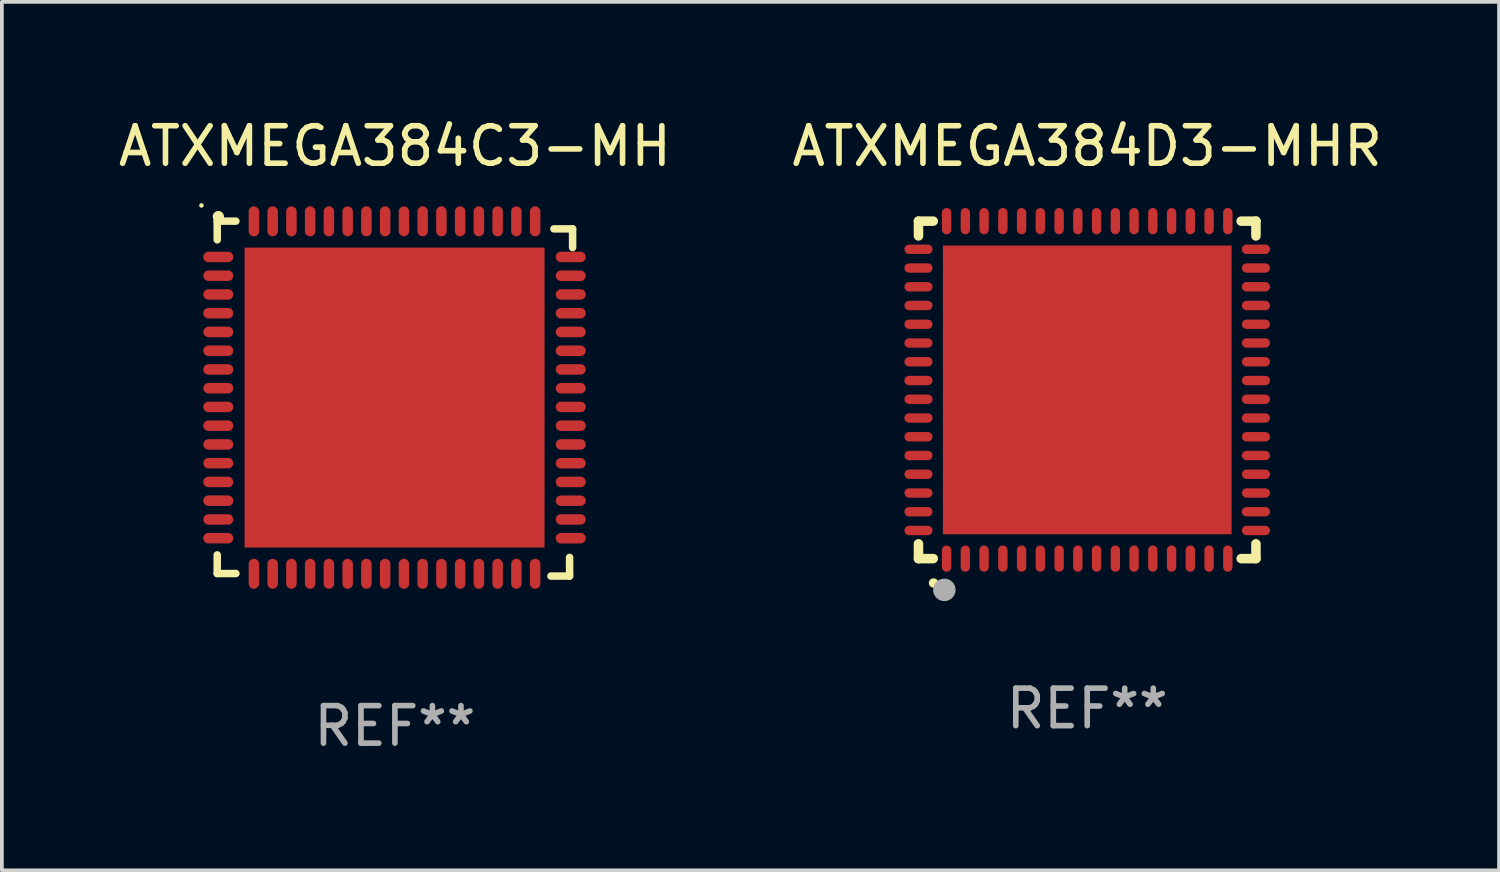
<source format=kicad_pcb>
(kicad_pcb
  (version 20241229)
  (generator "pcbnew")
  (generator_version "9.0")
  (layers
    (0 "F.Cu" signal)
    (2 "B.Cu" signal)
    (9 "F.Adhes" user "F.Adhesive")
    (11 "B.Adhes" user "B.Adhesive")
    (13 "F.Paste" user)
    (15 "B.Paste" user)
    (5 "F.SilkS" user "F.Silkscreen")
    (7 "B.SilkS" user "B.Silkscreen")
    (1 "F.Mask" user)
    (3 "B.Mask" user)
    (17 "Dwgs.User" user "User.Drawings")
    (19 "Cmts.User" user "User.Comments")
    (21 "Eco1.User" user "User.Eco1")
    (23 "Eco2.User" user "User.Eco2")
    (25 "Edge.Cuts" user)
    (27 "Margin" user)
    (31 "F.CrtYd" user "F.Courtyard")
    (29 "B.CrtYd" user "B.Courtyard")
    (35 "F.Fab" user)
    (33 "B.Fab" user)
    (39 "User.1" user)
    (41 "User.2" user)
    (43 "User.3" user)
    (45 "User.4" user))
  (footprint "ATXMEGA384C3-MH"
    (layer "F.Cu")
    (at 7.482 7.581)
    (property "Reference" "ATXMEGA384C3-MH" (at 0 -6.733 0) (layer "F.SilkS") (effects (font (size 1 1) (thickness 0.15))))
    (attr through_hole)
    (fp_line (start -4.739 -4.733) (end -4.241 -4.733) (stroke (width 0.2) (type solid)) (layer "F.SilkS"))
    (fp_line (start -4.739 -4.235) (end -4.739 -4.733) (stroke (width 0.2) (type solid)) (layer "F.SilkS"))
    (fp_line (start -4.739 4.168) (end -4.739 4.665) (stroke (width 0.2) (type solid)) (layer "F.SilkS"))
    (fp_line (start -4.739 4.665) (end -4.241 4.665) (stroke (width 0.2) (type solid)) (layer "F.SilkS"))
    (fp_line (start 4.161 4.733) (end 4.659 4.733) (stroke (width 0.2) (type solid)) (layer "F.SilkS"))
    (fp_line (start 4.241 -4.527) (end 4.739 -4.527) (stroke (width 0.2) (type solid)) (layer "F.SilkS"))
    (fp_line (start 4.659 4.733) (end 4.659 4.235) (stroke (width 0.2) (type solid)) (layer "F.SilkS"))
    (fp_line (start 4.739 -4.527) (end 4.739 -4.029) (stroke (width 0.2) (type solid)) (layer "F.SilkS"))
    (fp_arc (start -4.708623 -4.85108) (mid -4.708628 -4.85235) (end -4.708623 -4.85362) (stroke (width 0.3) (type solid)) (layer "F.SilkS"))
    (fp_circle (center -5.159 -5.152) (end -5.129 -5.152) (stroke (width 0.06) (type solid)) (fill no) (layer "F.SilkS"))
    (fp_text user "REF**" (at 0 8.733 0) (layer "F.Fab") (effects (font (size 1 1) (thickness 0.15))))
    (pad "1" smd oval (at -4.71 -3.778 90) (size 0.28 0.8) (layers "F.Cu" "F.Mask" "F.Paste"))
    (pad "2" smd oval (at -4.71 -3.278 90) (size 0.28 0.8) (layers "F.Cu" "F.Mask" "F.Paste"))
    (pad "3" smd oval (at -4.71 -2.778 90) (size 0.28 0.8) (layers "F.Cu" "F.Mask" "F.Paste"))
    (pad "4" smd oval (at -4.71 -2.278 90) (size 0.28 0.8) (layers "F.Cu" "F.Mask" "F.Paste"))
    (pad "5" smd oval (at -4.71 -1.778 90) (size 0.28 0.8) (layers "F.Cu" "F.Mask" "F.Paste"))
    (pad "6" smd oval (at -4.71 -1.278 90) (size 0.28 0.8) (layers "F.Cu" "F.Mask" "F.Paste"))
    (pad "7" smd oval (at -4.71 -0.778 90) (size 0.28 0.8) (layers "F.Cu" "F.Mask" "F.Paste"))
    (pad "8" smd oval (at -4.71 -0.278 90) (size 0.28 0.8) (layers "F.Cu" "F.Mask" "F.Paste"))
    (pad "9" smd oval (at -4.71 0.222 90) (size 0.28 0.8) (layers "F.Cu" "F.Mask" "F.Paste"))
    (pad "10" smd oval (at -4.71 0.722 90) (size 0.28 0.8) (layers "F.Cu" "F.Mask" "F.Paste"))
    (pad "11" smd oval (at -4.71 1.222 90) (size 0.28 0.8) (layers "F.Cu" "F.Mask" "F.Paste"))
    (pad "12" smd oval (at -4.71 1.722 90) (size 0.28 0.8) (layers "F.Cu" "F.Mask" "F.Paste"))
    (pad "13" smd oval (at -4.71 2.222 90) (size 0.28 0.8) (layers "F.Cu" "F.Mask" "F.Paste"))
    (pad "14" smd oval (at -4.71 2.722 90) (size 0.28 0.8) (layers "F.Cu" "F.Mask" "F.Paste"))
    (pad "15" smd oval (at -4.71 3.222 90) (size 0.28 0.8) (layers "F.Cu" "F.Mask" "F.Paste"))
    (pad "16" smd oval (at -4.71 3.722 90) (size 0.28 0.8) (layers "F.Cu" "F.Mask" "F.Paste"))
    (pad "17" smd oval (at -3.76 4.672 180) (size 0.28 0.8) (layers "F.Cu" "F.Mask" "F.Paste"))
    (pad "18" smd oval (at -3.26 4.672 180) (size 0.28 0.8) (layers "F.Cu" "F.Mask" "F.Paste"))
    (pad "19" smd oval (at -2.76 4.672 180) (size 0.28 0.8) (layers "F.Cu" "F.Mask" "F.Paste"))
    (pad "20" smd oval (at -2.26 4.672 180) (size 0.28 0.8) (layers "F.Cu" "F.Mask" "F.Paste"))
    (pad "21" smd oval (at -1.76 4.672 180) (size 0.28 0.8) (layers "F.Cu" "F.Mask" "F.Paste"))
    (pad "22" smd oval (at -1.26 4.672 180) (size 0.28 0.8) (layers "F.Cu" "F.Mask" "F.Paste"))
    (pad "23" smd oval (at -0.76 4.672 180) (size 0.28 0.8) (layers "F.Cu" "F.Mask" "F.Paste"))
    (pad "24" smd oval (at -0.26 4.672 180) (size 0.28 0.8) (layers "F.Cu" "F.Mask" "F.Paste"))
    (pad "25" smd oval (at 0.24 4.672 180) (size 0.28 0.8) (layers "F.Cu" "F.Mask" "F.Paste"))
    (pad "26" smd oval (at 0.74 4.672 180) (size 0.28 0.8) (layers "F.Cu" "F.Mask" "F.Paste"))
    (pad "27" smd oval (at 1.24 4.672 180) (size 0.28 0.8) (layers "F.Cu" "F.Mask" "F.Paste"))
    (pad "28" smd oval (at 1.74 4.672 180) (size 0.28 0.8) (layers "F.Cu" "F.Mask" "F.Paste"))
    (pad "29" smd oval (at 2.24 4.672 180) (size 0.28 0.8) (layers "F.Cu" "F.Mask" "F.Paste"))
    (pad "30" smd oval (at 2.74 4.672 180) (size 0.28 0.8) (layers "F.Cu" "F.Mask" "F.Paste"))
    (pad "31" smd oval (at 3.24 4.672 180) (size 0.28 0.8) (layers "F.Cu" "F.Mask" "F.Paste"))
    (pad "32" smd oval (at 3.74 4.672 180) (size 0.28 0.8) (layers "F.Cu" "F.Mask" "F.Paste"))
    (pad "33" smd oval (at 4.69 3.723 270) (size 0.28 0.8) (layers "F.Cu" "F.Mask" "F.Paste"))
    (pad "34" smd oval (at 4.69 3.222 270) (size 0.28 0.8) (layers "F.Cu" "F.Mask" "F.Paste"))
    (pad "35" smd oval (at 4.69 2.723 270) (size 0.28 0.8) (layers "F.Cu" "F.Mask" "F.Paste"))
    (pad "36" smd oval (at 4.69 2.222 270) (size 0.28 0.8) (layers "F.Cu" "F.Mask" "F.Paste"))
    (pad "37" smd oval (at 4.69 1.723 270) (size 0.28 0.8) (layers "F.Cu" "F.Mask" "F.Paste"))
    (pad "38" smd oval (at 4.69 1.222 270) (size 0.28 0.8) (layers "F.Cu" "F.Mask" "F.Paste"))
    (pad "39" smd oval (at 4.69 0.723 270) (size 0.28 0.8) (layers "F.Cu" "F.Mask" "F.Paste"))
    (pad "40" smd oval (at 4.69 0.222 270) (size 0.28 0.8) (layers "F.Cu" "F.Mask" "F.Paste"))
    (pad "41" smd oval (at 4.69 -0.277 270) (size 0.28 0.8) (layers "F.Cu" "F.Mask" "F.Paste"))
    (pad "42" smd oval (at 4.69 -0.778 270) (size 0.28 0.8) (layers "F.Cu" "F.Mask" "F.Paste"))
    (pad "43" smd oval (at 4.69 -1.277 270) (size 0.28 0.8) (layers "F.Cu" "F.Mask" "F.Paste"))
    (pad "44" smd oval (at 4.69 -1.778 270) (size 0.28 0.8) (layers "F.Cu" "F.Mask" "F.Paste"))
    (pad "45" smd oval (at 4.69 -2.277 270) (size 0.28 0.8) (layers "F.Cu" "F.Mask" "F.Paste"))
    (pad "46" smd oval (at 4.69 -2.778 270) (size 0.28 0.8) (layers "F.Cu" "F.Mask" "F.Paste"))
    (pad "47" smd oval (at 4.69 -3.277 270) (size 0.28 0.8) (layers "F.Cu" "F.Mask" "F.Paste"))
    (pad "48" smd oval (at 4.69 -3.778 270) (size 0.28 0.8) (layers "F.Cu" "F.Mask" "F.Paste"))
    (pad "49" smd oval (at 3.74 -4.728) (size 0.28 0.8) (layers "F.Cu" "F.Mask" "F.Paste"))
    (pad "50" smd oval (at 3.24 -4.728) (size 0.28 0.8) (layers "F.Cu" "F.Mask" "F.Paste"))
    (pad "51" smd oval (at 2.74 -4.728) (size 0.28 0.8) (layers "F.Cu" "F.Mask" "F.Paste"))
    (pad "52" smd oval (at 2.24 -4.728) (size 0.28 0.8) (layers "F.Cu" "F.Mask" "F.Paste"))
    (pad "53" smd oval (at 1.74 -4.728) (size 0.28 0.8) (layers "F.Cu" "F.Mask" "F.Paste"))
    (pad "54" smd oval (at 1.24 -4.728) (size 0.28 0.8) (layers "F.Cu" "F.Mask" "F.Paste"))
    (pad "55" smd oval (at 0.74 -4.728) (size 0.28 0.8) (layers "F.Cu" "F.Mask" "F.Paste"))
    (pad "56" smd oval (at 0.24 -4.728) (size 0.28 0.8) (layers "F.Cu" "F.Mask" "F.Paste"))
    (pad "57" smd oval (at -0.26 -4.728) (size 0.28 0.8) (layers "F.Cu" "F.Mask" "F.Paste"))
    (pad "58" smd oval (at -0.76 -4.728) (size 0.28 0.8) (layers "F.Cu" "F.Mask" "F.Paste"))
    (pad "59" smd oval (at -1.26 -4.728) (size 0.28 0.8) (layers "F.Cu" "F.Mask" "F.Paste"))
    (pad "60" smd oval (at -1.76 -4.728) (size 0.28 0.8) (layers "F.Cu" "F.Mask" "F.Paste"))
    (pad "61" smd oval (at -2.26 -4.728) (size 0.28 0.8) (layers "F.Cu" "F.Mask" "F.Paste"))
    (pad "62" smd oval (at -2.76 -4.728) (size 0.28 0.8) (layers "F.Cu" "F.Mask" "F.Paste"))
    (pad "63" smd oval (at -3.26 -4.728) (size 0.28 0.8) (layers "F.Cu" "F.Mask" "F.Paste"))
    (pad "64" smd oval (at -3.76 -4.728) (size 0.28 0.8) (layers "F.Cu" "F.Mask" "F.Paste"))
    (pad "65" smd rect (at -0.009 -0.028 90) (size 8 8) (layers "F.Cu" "F.Mask" "F.Paste")))
  (footprint "ATXMEGA384D3-MHR"
    (layer "F.Cu")
    (at 25.946 7.348)
    (property "Reference" "ATXMEGA384D3-MHR" (at 0 -6.5 0) (layer "F.SilkS") (effects (font (size 1 1) (thickness 0.15))))
    (attr through_hole)
    (fp_line (start -4.5 -4.5) (end -4.106 -4.5) (stroke (width 0.254) (type solid)) (layer "F.SilkS"))
    (fp_line (start -4.5 -4.106) (end -4.5 -4.5) (stroke (width 0.254) (type solid)) (layer "F.SilkS"))
    (fp_line (start -4.5 4.5) (end -4.5 4.106) (stroke (width 0.254) (type solid)) (layer "F.SilkS"))
    (fp_line (start -4.106 4.5) (end -4.5 4.5) (stroke (width 0.254) (type solid)) (layer "F.SilkS"))
    (fp_line (start 4.106 -4.5) (end 4.5 -4.5) (stroke (width 0.254) (type solid)) (layer "F.SilkS"))
    (fp_line (start 4.5 -4.5) (end 4.5 -4.106) (stroke (width 0.254) (type solid)) (layer "F.SilkS"))
    (fp_line (start 4.5 4.106) (end 4.5 4.5) (stroke (width 0.254) (type solid)) (layer "F.SilkS"))
    (fp_line (start 4.5 4.5) (end 4.106 4.5) (stroke (width 0.254) (type solid)) (layer "F.SilkS"))
    (fp_arc (start -4.099987 5.149898) (mid -4.098717 5.149892) (end -4.097447 5.149898) (stroke (width 0.24892) (type solid)) (layer "F.SilkS"))
    (fp_circle (center -4.5 4.5) (end -4.47 4.5) (stroke (width 0.06) (type solid)) (fill no) (layer "F.SilkS"))
    (fp_circle (center -3.81 5.334) (end -3.66 5.334) (stroke (width 0.3) (type solid)) (fill no) (layer "F.Fab"))
    (fp_text user "REF**" (at 0 8.5 0) (layer "F.Fab") (effects (font (size 1 1) (thickness 0.15))))
    (pad "1" smd oval (at -3.75 4.5) (size 0.25 0.7) (layers "F.Cu" "F.Mask" "F.Paste"))
    (pad "2" smd oval (at -3.25 4.5) (size 0.25 0.7) (layers "F.Cu" "F.Mask" "F.Paste"))
    (pad "3" smd oval (at -2.75 4.5) (size 0.25 0.7) (layers "F.Cu" "F.Mask" "F.Paste"))
    (pad "4" smd oval (at -2.25 4.5) (size 0.25 0.7) (layers "F.Cu" "F.Mask" "F.Paste"))
    (pad "5" smd oval (at -1.75 4.5) (size 0.25 0.7) (layers "F.Cu" "F.Mask" "F.Paste"))
    (pad "6" smd oval (at -1.25 4.5) (size 0.25 0.7) (layers "F.Cu" "F.Mask" "F.Paste"))
    (pad "7" smd oval (at -0.75 4.5) (size 0.25 0.7) (layers "F.Cu" "F.Mask" "F.Paste"))
    (pad "8" smd oval (at -0.25 4.5) (size 0.25 0.7) (layers "F.Cu" "F.Mask" "F.Paste"))
    (pad "9" smd oval (at 0.25 4.5) (size 0.25 0.7) (layers "F.Cu" "F.Mask" "F.Paste"))
    (pad "10" smd oval (at 0.75 4.5) (size 0.25 0.7) (layers "F.Cu" "F.Mask" "F.Paste"))
    (pad "11" smd oval (at 1.25 4.5) (size 0.25 0.7) (layers "F.Cu" "F.Mask" "F.Paste"))
    (pad "12" smd oval (at 1.75 4.5) (size 0.25 0.7) (layers "F.Cu" "F.Mask" "F.Paste"))
    (pad "13" smd oval (at 2.25 4.5) (size 0.25 0.7) (layers "F.Cu" "F.Mask" "F.Paste"))
    (pad "14" smd oval (at 2.75 4.5) (size 0.25 0.7) (layers "F.Cu" "F.Mask" "F.Paste"))
    (pad "15" smd oval (at 3.25 4.5) (size 0.25 0.7) (layers "F.Cu" "F.Mask" "F.Paste"))
    (pad "16" smd oval (at 3.75 4.5) (size 0.25 0.7) (layers "F.Cu" "F.Mask" "F.Paste"))
    (pad "17" smd oval (at 4.5 3.75) (size 0.75 0.25) (layers "F.Cu" "F.Mask" "F.Paste"))
    (pad "18" smd oval (at 4.5 3.25) (size 0.75 0.25) (layers "F.Cu" "F.Mask" "F.Paste"))
    (pad "19" smd oval (at 4.5 2.75) (size 0.75 0.25) (layers "F.Cu" "F.Mask" "F.Paste"))
    (pad "20" smd oval (at 4.5 2.25) (size 0.75 0.25) (layers "F.Cu" "F.Mask" "F.Paste"))
    (pad "21" smd oval (at 4.5 1.75) (size 0.75 0.25) (layers "F.Cu" "F.Mask" "F.Paste"))
    (pad "22" smd oval (at 4.5 1.25) (size 0.75 0.25) (layers "F.Cu" "F.Mask" "F.Paste"))
    (pad "23" smd oval (at 4.5 0.75) (size 0.75 0.25) (layers "F.Cu" "F.Mask" "F.Paste"))
    (pad "24" smd oval (at 4.5 0.25) (size 0.75 0.25) (layers "F.Cu" "F.Mask" "F.Paste"))
    (pad "25" smd oval (at 4.5 -0.25) (size 0.75 0.25) (layers "F.Cu" "F.Mask" "F.Paste"))
    (pad "26" smd oval (at 4.5 -0.75) (size 0.75 0.25) (layers "F.Cu" "F.Mask" "F.Paste"))
    (pad "27" smd oval (at 4.5 -1.25) (size 0.75 0.25) (layers "F.Cu" "F.Mask" "F.Paste"))
    (pad "28" smd oval (at 4.5 -1.75) (size 0.75 0.25) (layers "F.Cu" "F.Mask" "F.Paste"))
    (pad "29" smd oval (at 4.5 -2.25) (size 0.75 0.25) (layers "F.Cu" "F.Mask" "F.Paste"))
    (pad "30" smd oval (at 4.5 -2.75) (size 0.75 0.25) (layers "F.Cu" "F.Mask" "F.Paste"))
    (pad "31" smd oval (at 4.5 -3.25) (size 0.75 0.25) (layers "F.Cu" "F.Mask" "F.Paste"))
    (pad "32" smd oval (at 4.5 -3.75) (size 0.75 0.25) (layers "F.Cu" "F.Mask" "F.Paste"))
    (pad "33" smd oval (at 3.75 -4.5) (size 0.25 0.7) (layers "F.Cu" "F.Mask" "F.Paste"))
    (pad "34" smd oval (at 3.25 -4.5) (size 0.25 0.7) (layers "F.Cu" "F.Mask" "F.Paste"))
    (pad "35" smd oval (at 2.75 -4.5) (size 0.25 0.7) (layers "F.Cu" "F.Mask" "F.Paste"))
    (pad "36" smd oval (at 2.25 -4.5) (size 0.25 0.7) (layers "F.Cu" "F.Mask" "F.Paste"))
    (pad "37" smd oval (at 1.75 -4.5) (size 0.25 0.7) (layers "F.Cu" "F.Mask" "F.Paste"))
    (pad "38" smd oval (at 1.25 -4.5) (size 0.25 0.7) (layers "F.Cu" "F.Mask" "F.Paste"))
    (pad "39" smd oval (at 0.75 -4.5) (size 0.25 0.7) (layers "F.Cu" "F.Mask" "F.Paste"))
    (pad "40" smd oval (at 0.25 -4.5) (size 0.25 0.7) (layers "F.Cu" "F.Mask" "F.Paste"))
    (pad "41" smd oval (at -0.25 -4.5) (size 0.25 0.7) (layers "F.Cu" "F.Mask" "F.Paste"))
    (pad "42" smd oval (at -0.75 -4.5) (size 0.25 0.7) (layers "F.Cu" "F.Mask" "F.Paste"))
    (pad "43" smd oval (at -1.25 -4.5) (size 0.25 0.7) (layers "F.Cu" "F.Mask" "F.Paste"))
    (pad "44" smd oval (at -1.75 -4.5) (size 0.25 0.7) (layers "F.Cu" "F.Mask" "F.Paste"))
    (pad "45" smd oval (at -2.25 -4.5) (size 0.25 0.7) (layers "F.Cu" "F.Mask" "F.Paste"))
    (pad "46" smd oval (at -2.75 -4.5) (size 0.25 0.7) (layers "F.Cu" "F.Mask" "F.Paste"))
    (pad "47" smd oval (at -3.25 -4.5) (size 0.25 0.7) (layers "F.Cu" "F.Mask" "F.Paste"))
    (pad "48" smd oval (at -3.75 -4.5) (size 0.25 0.7) (layers "F.Cu" "F.Mask" "F.Paste"))
    (pad "49" smd oval (at -4.5 -3.75) (size 0.75 0.25) (layers "F.Cu" "F.Mask" "F.Paste"))
    (pad "50" smd oval (at -4.5 -3.25) (size 0.75 0.25) (layers "F.Cu" "F.Mask" "F.Paste"))
    (pad "51" smd oval (at -4.5 -2.75) (size 0.75 0.25) (layers "F.Cu" "F.Mask" "F.Paste"))
    (pad "52" smd oval (at -4.5 -2.25) (size 0.75 0.25) (layers "F.Cu" "F.Mask" "F.Paste"))
    (pad "53" smd oval (at -4.5 -1.75) (size 0.75 0.25) (layers "F.Cu" "F.Mask" "F.Paste"))
    (pad "54" smd oval (at -4.5 -1.25) (size 0.75 0.25) (layers "F.Cu" "F.Mask" "F.Paste"))
    (pad "55" smd oval (at -4.5 -0.75) (size 0.75 0.25) (layers "F.Cu" "F.Mask" "F.Paste"))
    (pad "56" smd oval (at -4.5 -0.25) (size 0.75 0.25) (layers "F.Cu" "F.Mask" "F.Paste"))
    (pad "57" smd oval (at -4.5 0.25) (size 0.75 0.25) (layers "F.Cu" "F.Mask" "F.Paste"))
    (pad "58" smd oval (at -4.5 0.75) (size 0.75 0.25) (layers "F.Cu" "F.Mask" "F.Paste"))
    (pad "59" smd oval (at -4.5 1.25) (size 0.75 0.25) (layers "F.Cu" "F.Mask" "F.Paste"))
    (pad "60" smd oval (at -4.5 1.75) (size 0.75 0.25) (layers "F.Cu" "F.Mask" "F.Paste"))
    (pad "61" smd oval (at -4.5 2.25) (size 0.75 0.25) (layers "F.Cu" "F.Mask" "F.Paste"))
    (pad "62" smd oval (at -4.5 2.75) (size 0.75 0.25) (layers "F.Cu" "F.Mask" "F.Paste"))
    (pad "63" smd oval (at -4.5 3.25) (size 0.75 0.25) (layers "F.Cu" "F.Mask" "F.Paste"))
    (pad "64" smd oval (at -4.5 3.75) (size 0.75 0.25) (layers "F.Cu" "F.Mask" "F.Paste"))
    (pad "65" smd rect (at 0.000394 -0.000013) (size 7.7 7.7) (layers "F.Cu" "F.Mask" "F.Paste")))
  (gr_rect
    (start -3 -3)
    (end 36.929 20.162)
    (stroke (width 0.1) (type default))
    (fill no)
    (layer "Edge.Cuts")))
</source>
